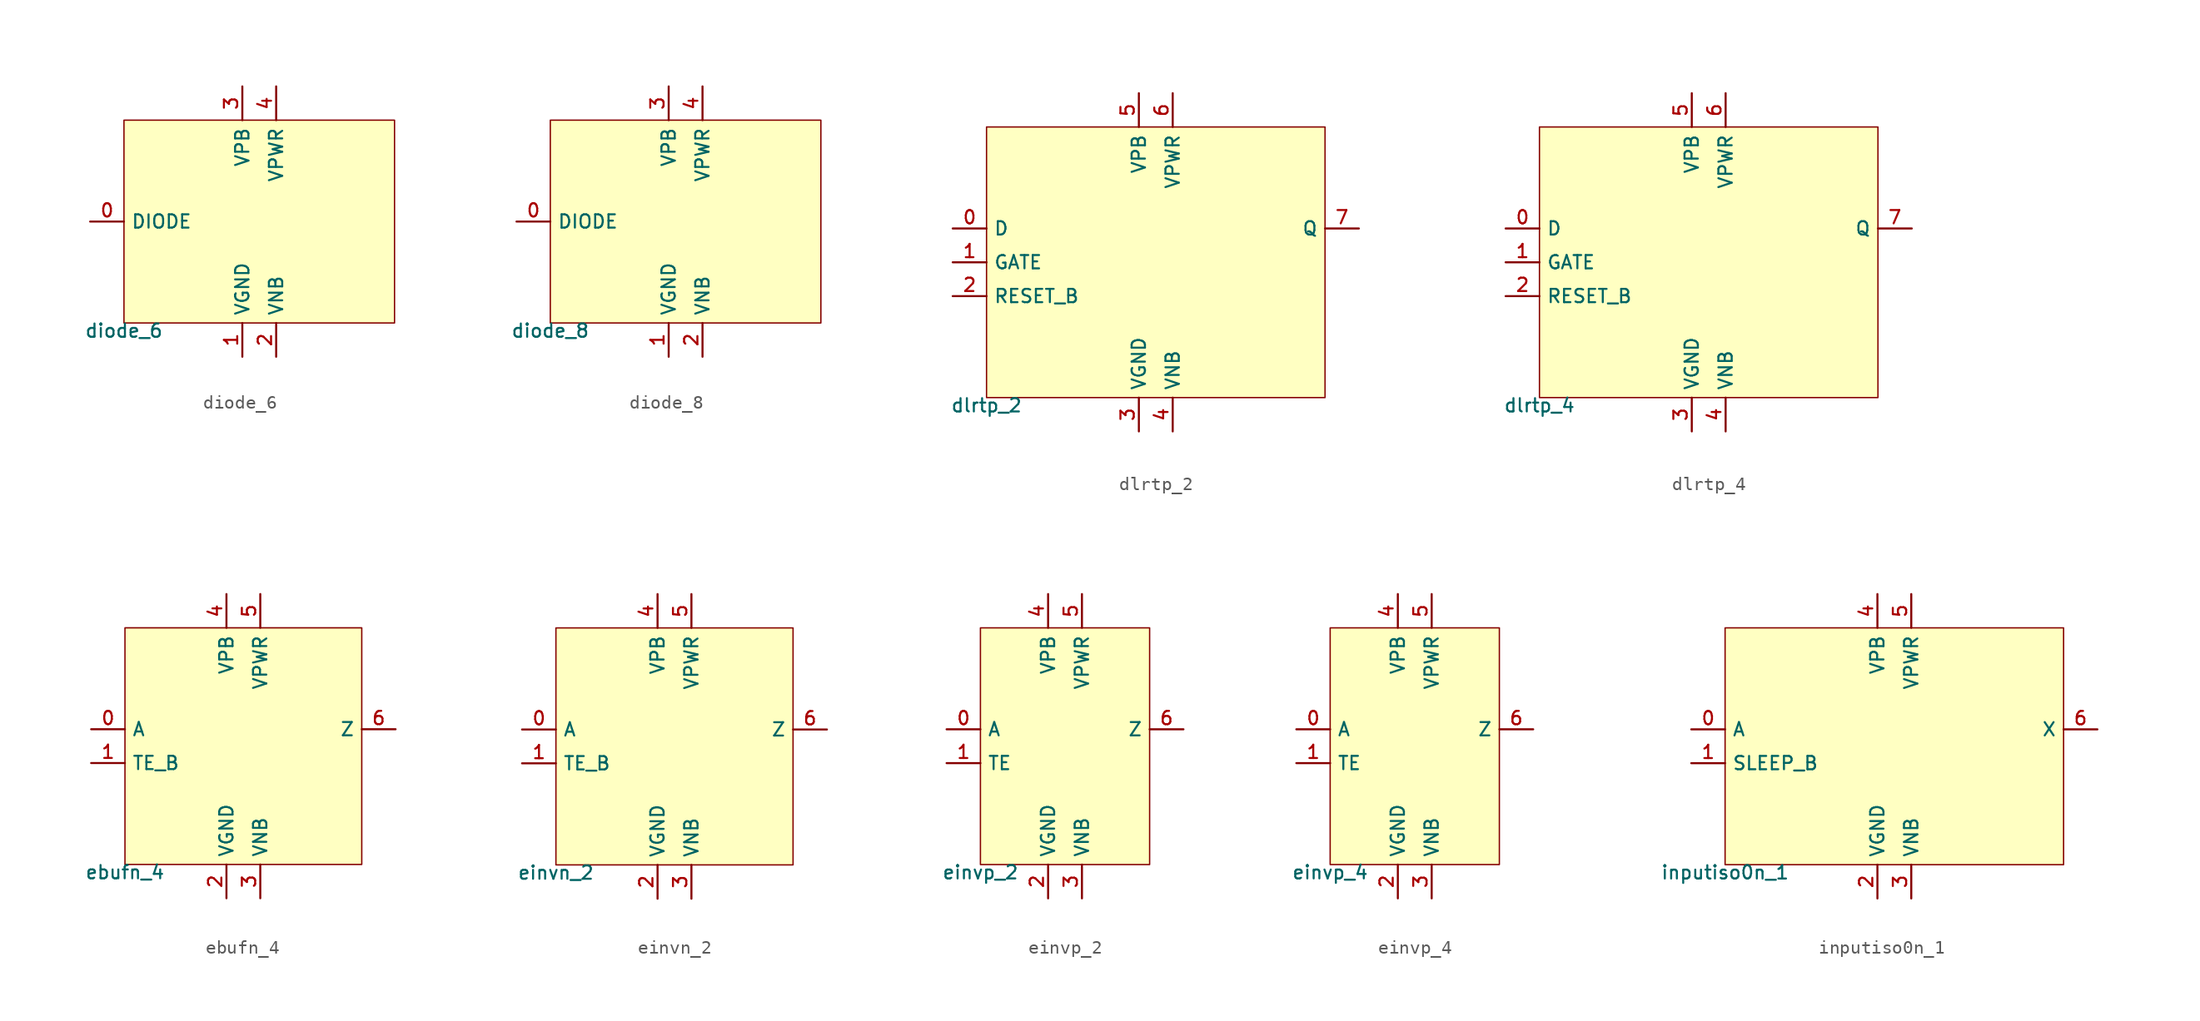
<source format=kicad_sym>
(kicad_symbol_lib
  (version 20211014)
  (generator lef2kicad_sym)
  (symbol "diode_6"
    (property "Reference" "CELL"
      (at 0 0 0)
      (effects (font (size 1 1)) hide))
    (property "Value" "diode_6"
      (at -10.16 -7.62 0)
      (effects (font (size 1 1)) (justify top)))
    (rectangle
      (start -10.16 -7.62)
      (end 10.16 7.62)
      (stroke (width 0.1) (type solid) (color 0 0 0 0))
      (fill (type background)))
    (pin input line
      (at -12.7 0.0 0)
      (length 2.54)
      (name "DIODE" (effects (font (size 1 1)) hide))
      (number "0" (effects (font (size 1 1)) hide)))
    (pin power_in line
      (at -1.27 -10.16 90)
      (length 2.54)
      (name "VGND" (effects (font (size 1 1)) hide))
      (number "1" (effects (font (size 1 1)) hide)))
    (pin power_in line
      (at 1.27 -10.16 90)
      (length 2.54)
      (name "VNB" (effects (font (size 1 1)) hide))
      (number "2" (effects (font (size 1 1)) hide)))
    (pin power_in line
      (at -1.27 10.16 270)
      (length 2.54)
      (name "VPB" (effects (font (size 1 1)) hide))
      (number "3" (effects (font (size 1 1)) hide)))
    (pin power_in line
      (at 1.27 10.16 270)
      (length 2.54)
      (name "VPWR" (effects (font (size 1 1)) hide))
      (number "4" (effects (font (size 1 1)) hide))))
  (symbol "diode_8"
    (property "Reference" "CELL"
      (at 0 0 0)
      (effects (font (size 1 1)) hide))
    (property "Value" "diode_8"
      (at -10.16 -7.62 0)
      (effects (font (size 1 1)) (justify top)))
    (rectangle
      (start -10.16 -7.62)
      (end 10.16 7.62)
      (stroke (width 0.1) (type solid) (color 0 0 0 0))
      (fill (type background)))
    (pin input line
      (at -12.7 0.0 0)
      (length 2.54)
      (name "DIODE" (effects (font (size 1 1)) hide))
      (number "0" (effects (font (size 1 1)) hide)))
    (pin power_in line
      (at -1.27 -10.16 90)
      (length 2.54)
      (name "VGND" (effects (font (size 1 1)) hide))
      (number "1" (effects (font (size 1 1)) hide)))
    (pin power_in line
      (at 1.27 -10.16 90)
      (length 2.54)
      (name "VNB" (effects (font (size 1 1)) hide))
      (number "2" (effects (font (size 1 1)) hide)))
    (pin power_in line
      (at -1.27 10.16 270)
      (length 2.54)
      (name "VPB" (effects (font (size 1 1)) hide))
      (number "3" (effects (font (size 1 1)) hide)))
    (pin power_in line
      (at 1.27 10.16 270)
      (length 2.54)
      (name "VPWR" (effects (font (size 1 1)) hide))
      (number "4" (effects (font (size 1 1)) hide))))
  (symbol "dlrtp_2"
    (property "Reference" "CELL"
      (at 0 0 0)
      (effects (font (size 1 1)) hide))
    (property "Value" "dlrtp_2"
      (at -12.7 -10.16 0)
      (effects (font (size 1 1)) (justify top)))
    (rectangle
      (start -12.7 -10.16)
      (end 12.7 10.16)
      (stroke (width 0.1) (type solid) (color 0 0 0 0))
      (fill (type background)))
    (pin input line
      (at -15.24 2.54 0)
      (length 2.54)
      (name "D" (effects (font (size 1 1)) hide))
      (number "0" (effects (font (size 1 1)) hide)))
    (pin input line
      (at -15.24 0.0 0)
      (length 2.54)
      (name "GATE" (effects (font (size 1 1)) hide))
      (number "1" (effects (font (size 1 1)) hide)))
    (pin input line
      (at -15.24 -2.54 0)
      (length 2.54)
      (name "RESET_B" (effects (font (size 1 1)) hide))
      (number "2" (effects (font (size 1 1)) hide)))
    (pin power_in line
      (at -1.27 -12.7 90)
      (length 2.54)
      (name "VGND" (effects (font (size 1 1)) hide))
      (number "3" (effects (font (size 1 1)) hide)))
    (pin power_in line
      (at 1.27 -12.7 90)
      (length 2.54)
      (name "VNB" (effects (font (size 1 1)) hide))
      (number "4" (effects (font (size 1 1)) hide)))
    (pin power_in line
      (at -1.27 12.7 270)
      (length 2.54)
      (name "VPB" (effects (font (size 1 1)) hide))
      (number "5" (effects (font (size 1 1)) hide)))
    (pin power_in line
      (at 1.27 12.7 270)
      (length 2.54)
      (name "VPWR" (effects (font (size 1 1)) hide))
      (number "6" (effects (font (size 1 1)) hide)))
    (pin output line
      (at 15.24 2.54 180)
      (length 2.54)
      (name "Q" (effects (font (size 1 1)) hide))
      (number "7" (effects (font (size 1 1)) hide))))
  (symbol "dlrtp_4"
    (property "Reference" "CELL"
      (at 0 0 0)
      (effects (font (size 1 1)) hide))
    (property "Value" "dlrtp_4"
      (at -12.7 -10.16 0)
      (effects (font (size 1 1)) (justify top)))
    (rectangle
      (start -12.7 -10.16)
      (end 12.7 10.16)
      (stroke (width 0.1) (type solid) (color 0 0 0 0))
      (fill (type background)))
    (pin input line
      (at -15.24 2.54 0)
      (length 2.54)
      (name "D" (effects (font (size 1 1)) hide))
      (number "0" (effects (font (size 1 1)) hide)))
    (pin input line
      (at -15.24 0.0 0)
      (length 2.54)
      (name "GATE" (effects (font (size 1 1)) hide))
      (number "1" (effects (font (size 1 1)) hide)))
    (pin input line
      (at -15.24 -2.54 0)
      (length 2.54)
      (name "RESET_B" (effects (font (size 1 1)) hide))
      (number "2" (effects (font (size 1 1)) hide)))
    (pin power_in line
      (at -1.27 -12.7 90)
      (length 2.54)
      (name "VGND" (effects (font (size 1 1)) hide))
      (number "3" (effects (font (size 1 1)) hide)))
    (pin power_in line
      (at 1.27 -12.7 90)
      (length 2.54)
      (name "VNB" (effects (font (size 1 1)) hide))
      (number "4" (effects (font (size 1 1)) hide)))
    (pin power_in line
      (at -1.27 12.7 270)
      (length 2.54)
      (name "VPB" (effects (font (size 1 1)) hide))
      (number "5" (effects (font (size 1 1)) hide)))
    (pin power_in line
      (at 1.27 12.7 270)
      (length 2.54)
      (name "VPWR" (effects (font (size 1 1)) hide))
      (number "6" (effects (font (size 1 1)) hide)))
    (pin output line
      (at 15.24 2.54 180)
      (length 2.54)
      (name "Q" (effects (font (size 1 1)) hide))
      (number "7" (effects (font (size 1 1)) hide))))
  (symbol "ebufn_4"
    (property "Reference" "CELL"
      (at 0 0 0)
      (effects (font (size 1 1)) hide))
    (property "Value" "ebufn_4"
      (at -8.89 -8.89 0)
      (effects (font (size 1 1)) (justify top)))
    (rectangle
      (start -8.89 -8.89)
      (end 8.89 8.89)
      (stroke (width 0.1) (type solid) (color 0 0 0 0))
      (fill (type background)))
    (pin input line
      (at -11.43 1.27 0)
      (length 2.54)
      (name "A" (effects (font (size 1 1)) hide))
      (number "0" (effects (font (size 1 1)) hide)))
    (pin input line
      (at -11.43 -1.27 0)
      (length 2.54)
      (name "TE_B" (effects (font (size 1 1)) hide))
      (number "1" (effects (font (size 1 1)) hide)))
    (pin power_in line
      (at -1.27 -11.43 90)
      (length 2.54)
      (name "VGND" (effects (font (size 1 1)) hide))
      (number "2" (effects (font (size 1 1)) hide)))
    (pin power_in line
      (at 1.27 -11.43 90)
      (length 2.54)
      (name "VNB" (effects (font (size 1 1)) hide))
      (number "3" (effects (font (size 1 1)) hide)))
    (pin power_in line
      (at -1.27 11.43 270)
      (length 2.54)
      (name "VPB" (effects (font (size 1 1)) hide))
      (number "4" (effects (font (size 1 1)) hide)))
    (pin power_in line
      (at 1.27 11.43 270)
      (length 2.54)
      (name "VPWR" (effects (font (size 1 1)) hide))
      (number "5" (effects (font (size 1 1)) hide)))
    (pin output line
      (at 11.43 1.27 180)
      (length 2.54)
      (name "Z" (effects (font (size 1 1)) hide))
      (number "6" (effects (font (size 1 1)) hide))))
  (symbol "einvn_2"
    (property "Reference" "CELL"
      (at 0 0 0)
      (effects (font (size 1 1)) hide))
    (property "Value" "einvn_2"
      (at -8.89 -8.89 0)
      (effects (font (size 1 1)) (justify top)))
    (rectangle
      (start -8.89 -8.89)
      (end 8.89 8.89)
      (stroke (width 0.1) (type solid) (color 0 0 0 0))
      (fill (type background)))
    (pin input line
      (at -11.43 1.27 0)
      (length 2.54)
      (name "A" (effects (font (size 1 1)) hide))
      (number "0" (effects (font (size 1 1)) hide)))
    (pin input line
      (at -11.43 -1.27 0)
      (length 2.54)
      (name "TE_B" (effects (font (size 1 1)) hide))
      (number "1" (effects (font (size 1 1)) hide)))
    (pin power_in line
      (at -1.27 -11.43 90)
      (length 2.54)
      (name "VGND" (effects (font (size 1 1)) hide))
      (number "2" (effects (font (size 1 1)) hide)))
    (pin power_in line
      (at 1.27 -11.43 90)
      (length 2.54)
      (name "VNB" (effects (font (size 1 1)) hide))
      (number "3" (effects (font (size 1 1)) hide)))
    (pin power_in line
      (at -1.27 11.43 270)
      (length 2.54)
      (name "VPB" (effects (font (size 1 1)) hide))
      (number "4" (effects (font (size 1 1)) hide)))
    (pin power_in line
      (at 1.27 11.43 270)
      (length 2.54)
      (name "VPWR" (effects (font (size 1 1)) hide))
      (number "5" (effects (font (size 1 1)) hide)))
    (pin output line
      (at 11.43 1.27 180)
      (length 2.54)
      (name "Z" (effects (font (size 1 1)) hide))
      (number "6" (effects (font (size 1 1)) hide))))
  (symbol "einvp_2"
    (property "Reference" "CELL"
      (at 0 0 0)
      (effects (font (size 1 1)) hide))
    (property "Value" "einvp_2"
      (at -6.35 -8.89 0)
      (effects (font (size 1 1)) (justify top)))
    (rectangle
      (start -6.35 -8.89)
      (end 6.35 8.89)
      (stroke (width 0.1) (type solid) (color 0 0 0 0))
      (fill (type background)))
    (pin input line
      (at -8.89 1.27 0)
      (length 2.54)
      (name "A" (effects (font (size 1 1)) hide))
      (number "0" (effects (font (size 1 1)) hide)))
    (pin input line
      (at -8.89 -1.27 0)
      (length 2.54)
      (name "TE" (effects (font (size 1 1)) hide))
      (number "1" (effects (font (size 1 1)) hide)))
    (pin power_in line
      (at -1.27 -11.43 90)
      (length 2.54)
      (name "VGND" (effects (font (size 1 1)) hide))
      (number "2" (effects (font (size 1 1)) hide)))
    (pin power_in line
      (at 1.27 -11.43 90)
      (length 2.54)
      (name "VNB" (effects (font (size 1 1)) hide))
      (number "3" (effects (font (size 1 1)) hide)))
    (pin power_in line
      (at -1.27 11.43 270)
      (length 2.54)
      (name "VPB" (effects (font (size 1 1)) hide))
      (number "4" (effects (font (size 1 1)) hide)))
    (pin power_in line
      (at 1.27 11.43 270)
      (length 2.54)
      (name "VPWR" (effects (font (size 1 1)) hide))
      (number "5" (effects (font (size 1 1)) hide)))
    (pin output line
      (at 8.89 1.27 180)
      (length 2.54)
      (name "Z" (effects (font (size 1 1)) hide))
      (number "6" (effects (font (size 1 1)) hide))))
  (symbol "einvp_4"
    (property "Reference" "CELL"
      (at 0 0 0)
      (effects (font (size 1 1)) hide))
    (property "Value" "einvp_4"
      (at -6.35 -8.89 0)
      (effects (font (size 1 1)) (justify top)))
    (rectangle
      (start -6.35 -8.89)
      (end 6.35 8.89)
      (stroke (width 0.1) (type solid) (color 0 0 0 0))
      (fill (type background)))
    (pin input line
      (at -8.89 1.27 0)
      (length 2.54)
      (name "A" (effects (font (size 1 1)) hide))
      (number "0" (effects (font (size 1 1)) hide)))
    (pin input line
      (at -8.89 -1.27 0)
      (length 2.54)
      (name "TE" (effects (font (size 1 1)) hide))
      (number "1" (effects (font (size 1 1)) hide)))
    (pin power_in line
      (at -1.27 -11.43 90)
      (length 2.54)
      (name "VGND" (effects (font (size 1 1)) hide))
      (number "2" (effects (font (size 1 1)) hide)))
    (pin power_in line
      (at 1.27 -11.43 90)
      (length 2.54)
      (name "VNB" (effects (font (size 1 1)) hide))
      (number "3" (effects (font (size 1 1)) hide)))
    (pin power_in line
      (at -1.27 11.43 270)
      (length 2.54)
      (name "VPB" (effects (font (size 1 1)) hide))
      (number "4" (effects (font (size 1 1)) hide)))
    (pin power_in line
      (at 1.27 11.43 270)
      (length 2.54)
      (name "VPWR" (effects (font (size 1 1)) hide))
      (number "5" (effects (font (size 1 1)) hide)))
    (pin output line
      (at 8.89 1.27 180)
      (length 2.54)
      (name "Z" (effects (font (size 1 1)) hide))
      (number "6" (effects (font (size 1 1)) hide))))
  (symbol "inputiso0n_1"
    (property "Reference" "CELL"
      (at 0 0 0)
      (effects (font (size 1 1)) hide))
    (property "Value" "inputiso0n_1"
      (at -12.7 -8.89 0)
      (effects (font (size 1 1)) (justify top)))
    (rectangle
      (start -12.7 -8.89)
      (end 12.7 8.89)
      (stroke (width 0.1) (type solid) (color 0 0 0 0))
      (fill (type background)))
    (pin input line
      (at -15.24 1.27 0)
      (length 2.54)
      (name "A" (effects (font (size 1 1)) hide))
      (number "0" (effects (font (size 1 1)) hide)))
    (pin input line
      (at -15.24 -1.27 0)
      (length 2.54)
      (name "SLEEP_B" (effects (font (size 1 1)) hide))
      (number "1" (effects (font (size 1 1)) hide)))
    (pin power_in line
      (at -1.27 -11.43 90)
      (length 2.54)
      (name "VGND" (effects (font (size 1 1)) hide))
      (number "2" (effects (font (size 1 1)) hide)))
    (pin power_in line
      (at 1.27 -11.43 90)
      (length 2.54)
      (name "VNB" (effects (font (size 1 1)) hide))
      (number "3" (effects (font (size 1 1)) hide)))
    (pin power_in line
      (at -1.27 11.43 270)
      (length 2.54)
      (name "VPB" (effects (font (size 1 1)) hide))
      (number "4" (effects (font (size 1 1)) hide)))
    (pin power_in line
      (at 1.27 11.43 270)
      (length 2.54)
      (name "VPWR" (effects (font (size 1 1)) hide))
      (number "5" (effects (font (size 1 1)) hide)))
    (pin output line
      (at 15.24 1.27 180)
      (length 2.54)
      (name "X" (effects (font (size 1 1)) hide))
      (number "6" (effects (font (size 1 1)) hide)))))
</source>
